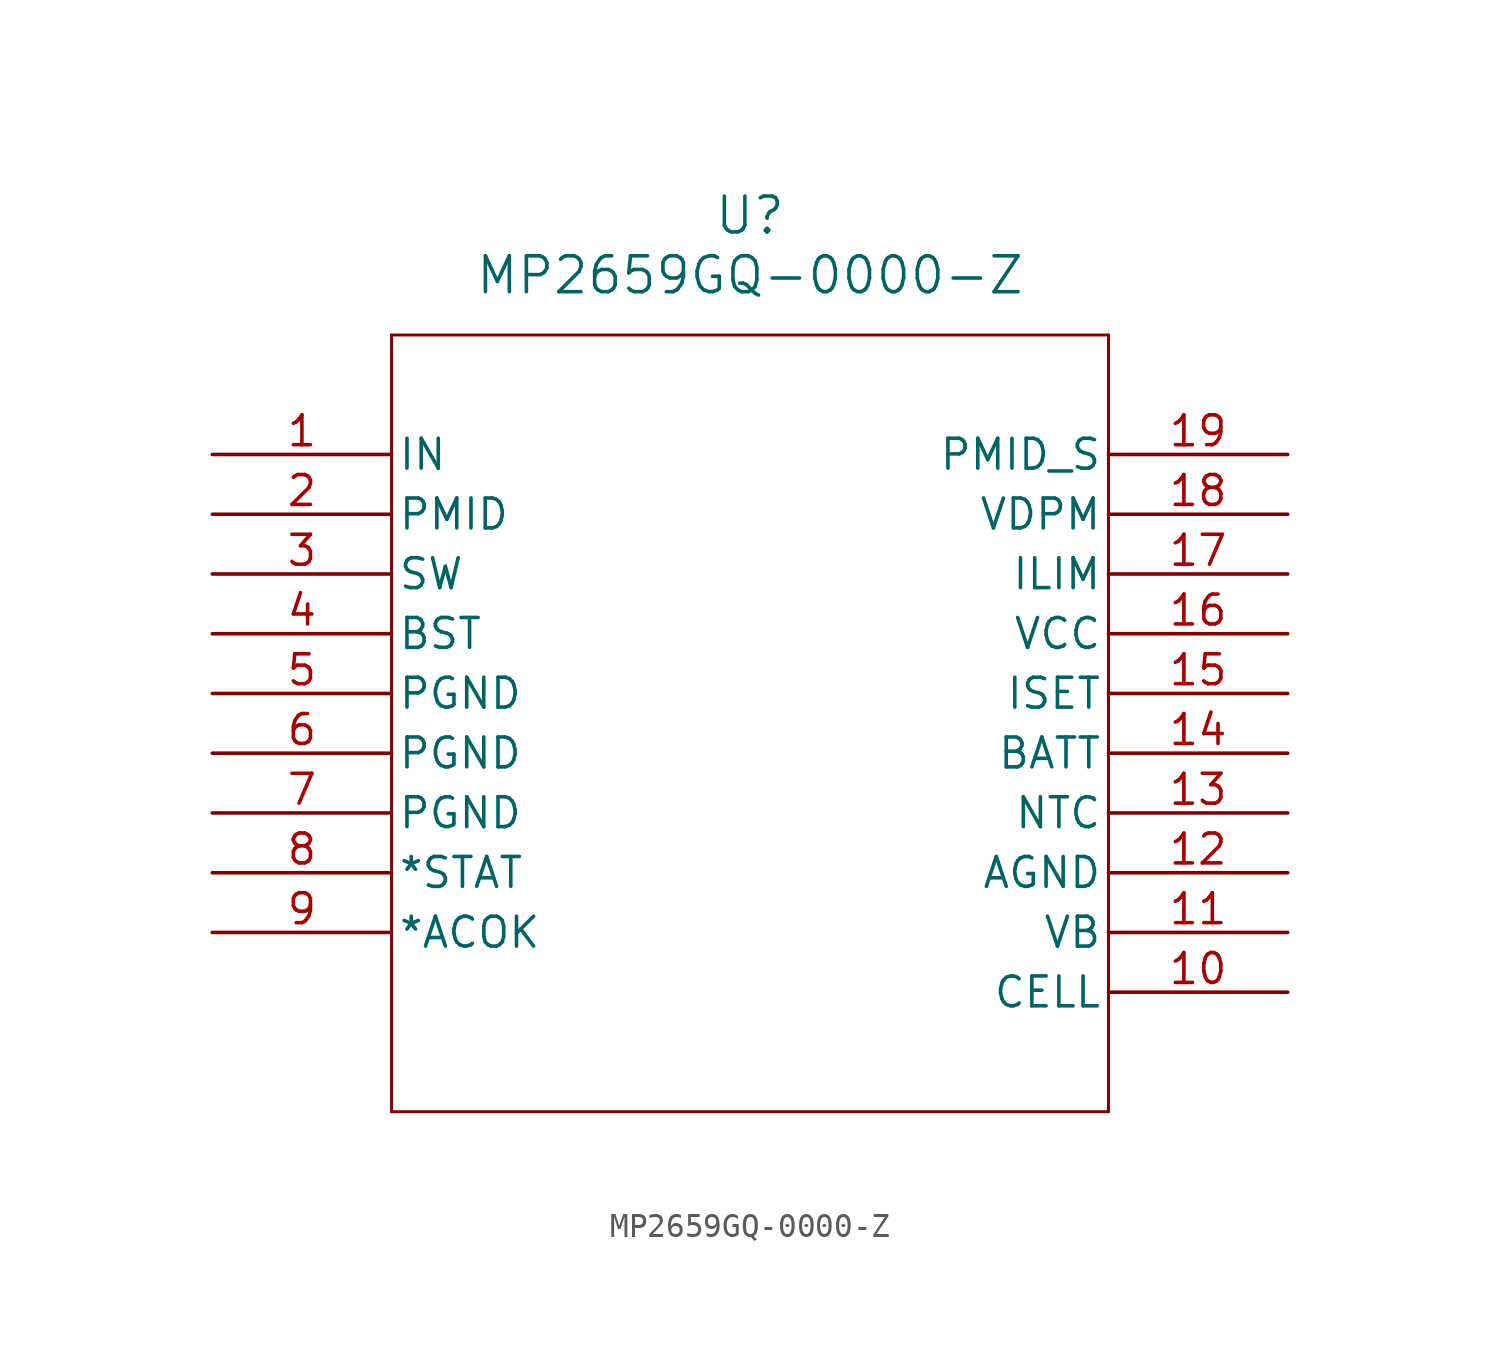
<source format=kicad_sym>
(kicad_symbol_lib
  (version 20211014)
  (generator kicad_symbol_editor)
  (symbol "MP2659GQ-0000-Z"
    (pin_names
      (offset 0.254))
    (property "Reference" "U"
      (at 22.86 10.16 0)
      (effects (font (size 1.524 1.524))))
    (property "Value" "MP2659GQ-0000-Z"
      (at 22.86 7.62 0)
      (effects (font (size 1.524 1.524))))
    (symbol "MP2659GQ-0000-Z_0_1"
      (polyline (pts (xy 7.62 5.08) (xy 7.62 -27.94)) (stroke (width 0.127) (type default) (color 0 0 0 0)) (fill (type none)))
      (polyline (pts (xy 7.62 -27.94) (xy 38.1 -27.94)) (stroke (width 0.127) (type default) (color 0 0 0 0)) (fill (type none)))
      (polyline (pts (xy 38.1 -27.94) (xy 38.1 5.08)) (stroke (width 0.127) (type default) (color 0 0 0 0)) (fill (type none)))
      (polyline (pts (xy 38.1 5.08) (xy 7.62 5.08)) (stroke (width 0.127) (type default) (color 0 0 0 0)) (fill (type none)))
      (pin input line (at 0 0 0) (length 7.62) (name "IN" (effects (font (size 1.27 1.27)))) (number "1" (effects (font (size 1.27 1.27)))))
      (pin unspecified line (at 0 -2.54 0) (length 7.62) (name "PMID" (effects (font (size 1.27 1.27)))) (number "2" (effects (font (size 1.27 1.27)))))
      (pin unspecified line (at 0 -5.08 0) (length 7.62) (name "SW" (effects (font (size 1.27 1.27)))) (number "3" (effects (font (size 1.27 1.27)))))
      (pin unspecified line (at 0 -7.62 0) (length 7.62) (name "BST" (effects (font (size 1.27 1.27)))) (number "4" (effects (font (size 1.27 1.27)))))
      (pin power_out line (at 0 -10.16 0) (length 7.62) (name "PGND" (effects (font (size 1.27 1.27)))) (number "5" (effects (font (size 1.27 1.27)))))
      (pin power_out line (at 0 -12.7 0) (length 7.62) (name "PGND" (effects (font (size 1.27 1.27)))) (number "6" (effects (font (size 1.27 1.27)))))
      (pin power_out line (at 0 -15.24 0) (length 7.62) (name "PGND" (effects (font (size 1.27 1.27)))) (number "7" (effects (font (size 1.27 1.27)))))
      (pin unspecified line (at 0 -17.78 0) (length 7.62) (name "*STAT" (effects (font (size 1.27 1.27)))) (number "8" (effects (font (size 1.27 1.27)))))
      (pin unspecified line (at 0 -20.32 0) (length 7.62) (name "*ACOK" (effects (font (size 1.27 1.27)))) (number "9" (effects (font (size 1.27 1.27)))))
      (pin unspecified line (at 45.72 -22.86 180) (length 7.62) (name "CELL" (effects (font (size 1.27 1.27)))) (number "10" (effects (font (size 1.27 1.27)))))
      (pin unspecified line (at 45.72 -20.32 180) (length 7.62) (name "VB" (effects (font (size 1.27 1.27)))) (number "11" (effects (font (size 1.27 1.27)))))
      (pin power_out line (at 45.72 -17.78 180) (length 7.62) (name "AGND" (effects (font (size 1.27 1.27)))) (number "12" (effects (font (size 1.27 1.27)))))
      (pin unspecified line (at 45.72 -15.24 180) (length 7.62) (name "NTC" (effects (font (size 1.27 1.27)))) (number "13" (effects (font (size 1.27 1.27)))))
      (pin unspecified line (at 45.72 -12.7 180) (length 7.62) (name "BATT" (effects (font (size 1.27 1.27)))) (number "14" (effects (font (size 1.27 1.27)))))
      (pin unspecified line (at 45.72 -10.16 180) (length 7.62) (name "ISET" (effects (font (size 1.27 1.27)))) (number "15" (effects (font (size 1.27 1.27)))))
      (pin power_in line (at 45.72 -7.62 180) (length 7.62) (name "VCC" (effects (font (size 1.27 1.27)))) (number "16" (effects (font (size 1.27 1.27)))))
      (pin unspecified line (at 45.72 -5.08 180) (length 7.62) (name "ILIM" (effects (font (size 1.27 1.27)))) (number "17" (effects (font (size 1.27 1.27)))))
      (pin unspecified line (at 45.72 -2.54 180) (length 7.62) (name "VDPM" (effects (font (size 1.27 1.27)))) (number "18" (effects (font (size 1.27 1.27)))))
      (pin unspecified line (at 45.72 0 180) (length 7.62) (name "PMID_S" (effects (font (size 1.27 1.27)))) (number "19" (effects (font (size 1.27 1.27))))))))
</source>
